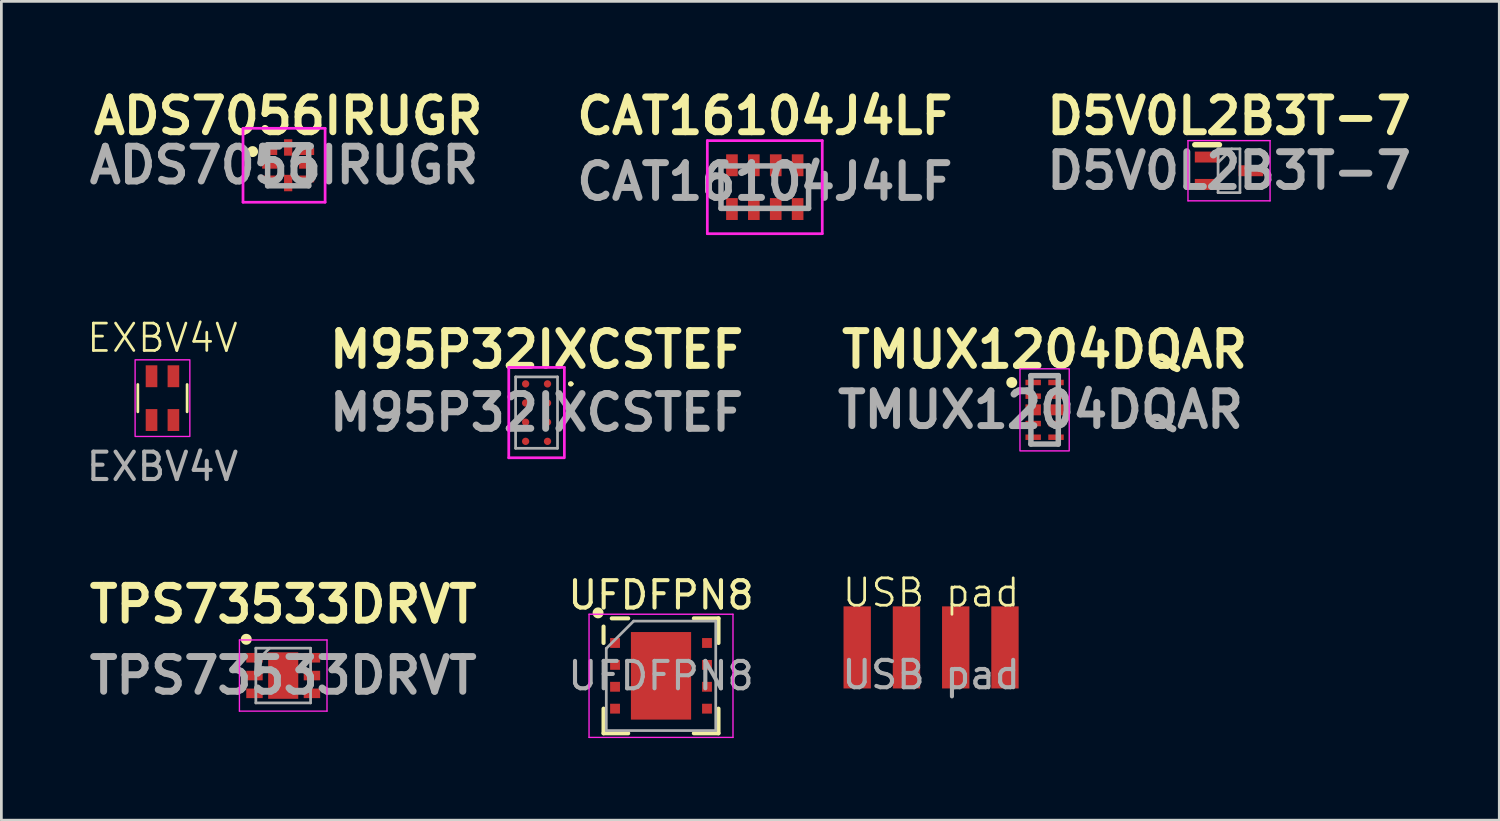
<source format=kicad_pcb>
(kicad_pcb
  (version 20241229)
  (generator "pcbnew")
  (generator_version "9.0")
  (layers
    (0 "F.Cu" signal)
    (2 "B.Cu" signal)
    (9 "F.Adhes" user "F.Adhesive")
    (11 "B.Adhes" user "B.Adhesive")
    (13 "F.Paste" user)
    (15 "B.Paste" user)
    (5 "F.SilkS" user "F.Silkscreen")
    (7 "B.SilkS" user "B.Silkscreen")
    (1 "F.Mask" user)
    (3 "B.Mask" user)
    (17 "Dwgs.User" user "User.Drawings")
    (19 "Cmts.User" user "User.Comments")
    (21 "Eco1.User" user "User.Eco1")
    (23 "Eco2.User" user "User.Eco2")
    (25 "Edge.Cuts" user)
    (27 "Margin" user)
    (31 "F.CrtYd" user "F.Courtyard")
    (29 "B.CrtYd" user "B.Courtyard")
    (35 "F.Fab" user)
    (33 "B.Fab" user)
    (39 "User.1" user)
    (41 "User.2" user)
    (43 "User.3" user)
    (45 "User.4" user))
  (footprint "M95P32IXCSTEF"
    (layer "F.Cu")
    (at 16.557 12.027)
    (property "Reference" "M95P32IXCSTEF" (at 0 -2.3 0) (layer "F.SilkS") (effects (font (size 1.27 1.27) (thickness 0.254))))
    (attr smd)
    (fp_line (start 1.2 -1.05) (end 1.2 -1.05) (stroke (width 0.1) (type solid)) (layer "F.SilkS"))
    (fp_line (start 1.3 -1.05) (end 1.3 -1.05) (stroke (width 0.1) (type solid)) (layer "F.SilkS"))
    (fp_arc (start 1.2 -1.05) (mid 1.25 -1.1) (end 1.3 -1.05) (stroke (width 0.1) (type solid)) (layer "F.SilkS"))
    (fp_arc (start 1.3 -1.05) (mid 1.25 -1) (end 1.2 -1.05) (stroke (width 0.1) (type solid)) (layer "F.SilkS"))
    (fp_line (start -1.016 -1.651) (end 1.016 -1.651) (stroke (width 0.1) (type solid)) (layer "F.CrtYd"))
    (fp_line (start -1.016 1.651) (end -1.016 -1.651) (stroke (width 0.1) (type solid)) (layer "F.CrtYd"))
    (fp_line (start 0.992 1.651) (end -1.016 1.651) (stroke (width 0.1) (type solid)) (layer "F.CrtYd"))
    (fp_line (start 1.016 -1.651) (end 1.016 1.651) (stroke (width 0.1) (type solid)) (layer "F.CrtYd"))
    (fp_line (start -0.766 -1.304) (end 0.766 -1.304) (stroke (width 0.1) (type solid)) (layer "F.Fab"))
    (fp_line (start -0.766 1.304) (end -0.766 -1.304) (stroke (width 0.1) (type solid)) (layer "F.Fab"))
    (fp_line (start 0.766 -1.304) (end 0.766 1.304) (stroke (width 0.1) (type solid)) (layer "F.Fab"))
    (fp_line (start 0.766 1.304) (end -0.766 1.304) (stroke (width 0.1) (type solid)) (layer "F.Fab"))
    (fp_text user "${REFERENCE}" (at 0 0 0) (layer "F.Fab") (effects (font (size 1.27 1.27) (thickness 0.254))))
    (pad "1" smd circle (at 0.4 -1.05 90) (size 0.268 0.268) (layers "F.Cu" "F.Mask" "F.Paste"))
    (pad "2" smd circle (at -0.4 -1.05 90) (size 0.268 0.268) (layers "F.Cu" "F.Mask" "F.Paste"))
    (pad "3" smd circle (at 0.4 -0.35 90) (size 0.268 0.268) (layers "F.Cu" "F.Mask" "F.Paste"))
    (pad "4" smd circle (at -0.4 -0.35 90) (size 0.268 0.268) (layers "F.Cu" "F.Mask" "F.Paste"))
    (pad "5" smd circle (at 0.4 0.35 90) (size 0.268 0.268) (layers "F.Cu" "F.Mask" "F.Paste"))
    (pad "6" smd circle (at -0.4 0.35 90) (size 0.268 0.268) (layers "F.Cu" "F.Mask" "F.Paste"))
    (pad "7" smd circle (at 0.4 1.05 90) (size 0.268 0.268) (layers "F.Cu" "F.Mask" "F.Paste"))
    (pad "8" smd circle (at -0.4 1.05 90) (size 0.268 0.268) (layers "F.Cu" "F.Mask" "F.Paste")))
  (footprint "TPS73533DRVT"
    (layer "F.Cu")
    (at 7.299 21.636)
    (property "Reference" "TPS73533DRVT" (at 0 -2.6 0) (layer "F.SilkS") (effects (font (size 1.27 1.27) (thickness 0.254))))
    (attr smd)
    (fp_circle (center -1.35 -1.325) (end -1.2 -1.325) (stroke (width 0.1) (type solid)) (fill yes) (layer "F.SilkS"))
    (fp_line (start -1.6 -1.3) (end 1.6 -1.3) (stroke (width 0.05) (type solid)) (layer "F.CrtYd"))
    (fp_line (start -1.6 1.3) (end -1.6 -1.3) (stroke (width 0.05) (type solid)) (layer "F.CrtYd"))
    (fp_line (start 1.6 -1.3) (end 1.6 1.3) (stroke (width 0.05) (type solid)) (layer "F.CrtYd"))
    (fp_line (start 1.6 1.3) (end -1.6 1.3) (stroke (width 0.05) (type solid)) (layer "F.CrtYd"))
    (fp_line (start -1 -1) (end 1 -1) (stroke (width 0.1) (type solid)) (layer "F.Fab"))
    (fp_line (start -1 -0.5) (end -0.5 -1) (stroke (width 0.1) (type solid)) (layer "F.Fab"))
    (fp_line (start -1 1) (end -1 -1) (stroke (width 0.1) (type solid)) (layer "F.Fab"))
    (fp_line (start 1 -1) (end 1 1) (stroke (width 0.1) (type solid)) (layer "F.Fab"))
    (fp_line (start 1 1) (end -1 1) (stroke (width 0.1) (type solid)) (layer "F.Fab"))
    (fp_text user "${REFERENCE}" (at 0 0 0) (layer "F.Fab") (effects (font (size 1.27 1.27) (thickness 0.254))))
    (pad "1" smd rect (at -1.05 -0.65 90) (size 0.35 0.6) (layers "F.Cu" "F.Mask" "F.Paste"))
    (pad "2" smd rect (at -1.05 0 90) (size 0.35 0.6) (layers "F.Cu" "F.Mask" "F.Paste"))
    (pad "3" smd rect (at -1.05 0.65 90) (size 0.35 0.6) (layers "F.Cu" "F.Mask" "F.Paste"))
    (pad "4" smd rect (at 1.05 0.65 90) (size 0.35 0.6) (layers "F.Cu" "F.Mask" "F.Paste"))
    (pad "5" smd rect (at 1.05 0 90) (size 0.35 0.6) (layers "F.Cu" "F.Mask" "F.Paste"))
    (pad "6" smd rect (at 1.05 -0.65 90) (size 0.35 0.6) (layers "F.Cu" "F.Mask" "F.Paste"))
    (pad "7" smd rect (at 0 0) (size 1.1 1.7) (layers "F.Cu" "F.Mask" "F.Paste")))
  (footprint "ADS7056IRUGR"
    (layer "F.Cu")
    (at 7.48 2.989)
    (property "Reference" "ADS7056IRUGR" (at 0 -1.8 0) (layer "F.SilkS") (effects (font (size 1.27 1.27) (thickness 0.254))))
    (attr smd)
    (fp_circle (center -1.3 -0.5) (end -1.15 -0.5) (stroke (width 0.1) (type solid)) (fill yes) (layer "F.SilkS"))
    (fp_line (start -1.65 -1.35) (end 1.35 -1.35) (stroke (width 0.1) (type solid)) (layer "F.CrtYd"))
    (fp_line (start -1.65 1.35) (end -1.65 -1.35) (stroke (width 0.1) (type solid)) (layer "F.CrtYd"))
    (fp_line (start 1.35 -1.35) (end 1.35 1.35) (stroke (width 0.1) (type solid)) (layer "F.CrtYd"))
    (fp_line (start 1.35 1.35) (end -1.65 1.35) (stroke (width 0.1) (type solid)) (layer "F.CrtYd"))
    (fp_line (start -0.75 -0.75) (end 0.75 -0.75) (stroke (width 0.2) (type solid)) (layer "F.Fab"))
    (fp_line (start -0.75 0.75) (end -0.75 -0.75) (stroke (width 0.2) (type solid)) (layer "F.Fab"))
    (fp_line (start 0.75 -0.75) (end 0.75 0.75) (stroke (width 0.2) (type solid)) (layer "F.Fab"))
    (fp_line (start 0.75 0.75) (end -0.75 0.75) (stroke (width 0.2) (type solid)) (layer "F.Fab"))
    (fp_text user "${REFERENCE}" (at -0.15 0 0) (layer "F.Fab") (effects (font (size 1.27 1.27) (thickness 0.254))))
    (pad "1" smd rect (at -0.675 -0.5 90) (size 0.25 0.55) (layers "F.Cu" "F.Mask" "F.Paste"))
    (pad "2" smd rect (at -0.675 0 90) (size 0.25 0.55) (layers "F.Cu" "F.Mask" "F.Paste"))
    (pad "3" smd rect (at -0.675 0.5 90) (size 0.25 0.55) (layers "F.Cu" "F.Mask" "F.Paste"))
    (pad "4" smd rect (at 0 0.65) (size 0.3 0.6) (layers "F.Cu" "F.Mask" "F.Paste"))
    (pad "5" smd rect (at 0.675 0.5 90) (size 0.25 0.55) (layers "F.Cu" "F.Mask" "F.Paste"))
    (pad "6" smd rect (at 0.675 0 90) (size 0.25 0.55) (layers "F.Cu" "F.Mask" "F.Paste"))
    (pad "7" smd rect (at 0.675 -0.5 90) (size 0.25 0.55) (layers "F.Cu" "F.Mask" "F.Paste"))
    (pad "8" smd rect (at 0 -0.65) (size 0.3 0.6) (layers "F.Cu" "F.Mask" "F.Paste")))
  (footprint "UFDFPN8"
    (layer "F.Cu")
    (at 21.105 21.646)
    (property "Reference" "UFDFPN8" (at 0 -2.95 0) (layer "F.SilkS") (effects (font (size 1 1) (thickness 0.15))))
    (attr smd)
    (fp_line (start -2.1 -1.2) (end -2.1 -1.8) (stroke (width 0.15) (type solid)) (layer "F.SilkS"))
    (fp_line (start -2.1 2.1) (end -2.1 1.2) (stroke (width 0.15) (type solid)) (layer "F.SilkS"))
    (fp_line (start -2.1 2.1) (end -1.2 2.1) (stroke (width 0.15) (type solid)) (layer "F.SilkS"))
    (fp_line (start -1.2 -2.1) (end -1.8 -2.1) (stroke (width 0.15) (type solid)) (layer "F.SilkS"))
    (fp_line (start 2.1 -2.1) (end 1.2 -2.1) (stroke (width 0.15) (type solid)) (layer "F.SilkS"))
    (fp_line (start 2.1 -1.2) (end 2.1 -2.1) (stroke (width 0.15) (type solid)) (layer "F.SilkS"))
    (fp_line (start 2.1 2.1) (end 1.2 2.1) (stroke (width 0.15) (type solid)) (layer "F.SilkS"))
    (fp_line (start 2.1 2.1) (end 2.1 1.2) (stroke (width 0.15) (type solid)) (layer "F.SilkS"))
    (fp_circle (center -2.3 -2.3) (end -2.15 -2.3) (stroke (width 0.1) (type solid)) (fill yes) (layer "F.SilkS"))
    (fp_line (start -2.63 -2.25) (end -2.63 2.25) (stroke (width 0.05) (type solid)) (layer "F.CrtYd"))
    (fp_line (start -2.63 2.25) (end 2.63 2.25) (stroke (width 0.05) (type solid)) (layer "F.CrtYd"))
    (fp_line (start 2.63 -2.25) (end -2.63 -2.25) (stroke (width 0.05) (type solid)) (layer "F.CrtYd"))
    (fp_line (start 2.63 2.25) (end 2.63 -2.25) (stroke (width 0.05) (type solid)) (layer "F.CrtYd"))
    (fp_line (start -2 -1) (end -1 -2) (stroke (width 0.1) (type solid)) (layer "F.Fab"))
    (fp_line (start -2 2) (end -2 -1) (stroke (width 0.1) (type solid)) (layer "F.Fab"))
    (fp_line (start -1 -2) (end 2 -2) (stroke (width 0.1) (type solid)) (layer "F.Fab"))
    (fp_line (start 2 -2) (end 2 2) (stroke (width 0.1) (type solid)) (layer "F.Fab"))
    (fp_line (start 2 2) (end -2 2) (stroke (width 0.1) (type solid)) (layer "F.Fab"))
    (fp_text user "${REFERENCE}" (at 0 0 0) (layer "F.Fab") (effects (font (size 1 1) (thickness 0.15))))
    (pad "" smd roundrect (at -0.575 -0.81) (size 0.93 1.31) (layers "F.Paste") (roundrect_rratio 0.25))
    (pad "" smd roundrect (at -0.575 0.81) (size 0.93 1.31) (layers "F.Paste") (roundrect_rratio 0.25))
    (pad "" smd roundrect (at 0.575 -0.81) (size 0.93 1.31) (layers "F.Paste") (roundrect_rratio 0.25))
    (pad "" smd roundrect (at 0.575 0.81) (size 0.93 1.31) (layers "F.Paste") (roundrect_rratio 0.25))
    (pad "1" smd rect (at -1.68 -1.2) (size 0.36 0.36) (layers "F.Cu" "F.Mask" "F.Paste"))
    (pad "2" smd rect (at -1.68 -0.4) (size 0.36 0.36) (layers "F.Cu" "F.Mask" "F.Paste"))
    (pad "3" smd rect (at -1.68 0.4) (size 0.36 0.36) (layers "F.Cu" "F.Mask" "F.Paste"))
    (pad "4" smd rect (at -1.68 1.2) (size 0.36 0.36) (layers "F.Cu" "F.Mask" "F.Paste"))
    (pad "5" smd rect (at 1.68 1.2) (size 0.36 0.36) (layers "F.Cu" "F.Mask" "F.Paste"))
    (pad "6" smd rect (at 1.68 0.4) (size 0.36 0.36) (layers "F.Cu" "F.Mask" "F.Paste"))
    (pad "7" smd rect (at 1.68 -0.4) (size 0.36 0.36) (layers "F.Cu" "F.Mask" "F.Paste"))
    (pad "8" smd rect (at 1.68 -1.2) (size 0.36 0.36) (layers "F.Cu" "F.Mask" "F.Paste"))
    (pad "9" smd rect (at 0 0) (size 2.2 3.2) (property pad_prop_heatsink) (layers "F.Cu" "F.Mask")))
  (footprint "TMUX1204DQAR"
    (layer "F.Cu")
    (at 35.122 11.927)
    (property "Reference" "TMUX1204DQAR" (at 0 -2.2 0) (layer "F.SilkS") (effects (font (size 1.27 1.27) (thickness 0.254))))
    (attr smd)
    (fp_circle (center -1.2 -1) (end -1.05 -1) (stroke (width 0.1) (type solid)) (fill yes) (layer "F.SilkS"))
    (fp_rect (start -0.9 -1.5) (end 0.9 1.5) (stroke (width 0.05) (type default)) (fill no) (layer "F.CrtYd"))
    (fp_line (start -0.5 -1.25) (end 0.5 -1.25) (stroke (width 0.2) (type solid)) (layer "F.Fab"))
    (fp_line (start -0.5 1.25) (end -0.5 -1.25) (stroke (width 0.2) (type solid)) (layer "F.Fab"))
    (fp_line (start 0.5 -1.25) (end 0.5 1.25) (stroke (width 0.2) (type solid)) (layer "F.Fab"))
    (fp_line (start 0.5 1.25) (end -0.5 1.25) (stroke (width 0.2) (type solid)) (layer "F.Fab"))
    (fp_text user "${REFERENCE}" (at -0.15 0 0) (layer "F.Fab") (effects (font (size 1.27 1.27) (thickness 0.254))))
    (pad "1" smd rect (at -0.417 -1 90) (size 0.2 0.565) (layers "F.Cu" "F.Mask" "F.Paste"))
    (pad "2" smd rect (at -0.417 -0.5 90) (size 0.2 0.565) (layers "F.Cu" "F.Mask" "F.Paste"))
    (pad "3" smd rect (at -0.417 0 90) (size 0.4 0.565) (layers "F.Cu" "F.Mask" "F.Paste"))
    (pad "4" smd rect (at -0.417 0.5 90) (size 0.2 0.565) (layers "F.Cu" "F.Mask" "F.Paste"))
    (pad "5" smd rect (at -0.417 1 90) (size 0.2 0.565) (layers "F.Cu" "F.Mask" "F.Paste"))
    (pad "6" smd rect (at 0.417 1 90) (size 0.2 0.565) (layers "F.Cu" "F.Mask" "F.Paste"))
    (pad "7" smd rect (at 0.417 0.5 90) (size 0.2 0.565) (layers "F.Cu" "F.Mask" "F.Paste"))
    (pad "8" smd rect (at 0.417 0 90) (size 0.4 0.565) (layers "F.Cu" "F.Mask" "F.Paste"))
    (pad "9" smd rect (at 0.417 -0.5 90) (size 0.2 0.565) (layers "F.Cu" "F.Mask" "F.Paste"))
    (pad "10" smd rect (at 0.417 -1 90) (size 0.2 0.565) (layers "F.Cu" "F.Mask" "F.Paste")))
  (footprint "USB pad"
    (layer "F.Cu")
    (at 30.974 19.108)
    (property "Reference" "USB pad" (at 0 -0.5 0) (unlocked yes) (layer "F.SilkS") (effects (font (size 1 1) (thickness 0.1))))
    (attr smd)
    (fp_text user "${REFERENCE}" (at 0 2.5 0) (unlocked yes) (layer "F.Fab") (effects (font (size 1 1) (thickness 0.15))))
    (pad "1" smd rect (at -2.7 1.5) (size 1 3) (layers "F.Cu" "F.Mask"))
    (pad "2" smd rect (at -0.9 1.5) (size 1 3) (layers "F.Cu" "F.Mask"))
    (pad "3" smd rect (at 0.9 1.5) (size 1 3) (layers "F.Cu" "F.Mask"))
    (pad "4" smd rect (at 2.7 1.5) (size 1 3) (layers "F.Cu" "F.Mask")))
  (footprint "EXBV4V"
    (layer "F.Cu")
    (at 2.887 11.499)
    (property "Reference" "EXBV4V" (at 0 -2.2 0) (unlocked yes) (layer "F.SilkS") (effects (font (size 1 1) (thickness 0.1))))
    (attr smd)
    (fp_line (start -0.9 -0.5) (end -0.9 0.5) (stroke (width 0.1) (type default)) (layer "F.SilkS"))
    (fp_line (start 0.9 -0.5) (end 0.9 0.5) (stroke (width 0.1) (type default)) (layer "F.SilkS"))
    (fp_rect (start -1 -1.4) (end 1 1.4) (stroke (width 0.05) (type default)) (fill no) (layer "F.CrtYd"))
    (fp_text user "${REFERENCE}" (at 0 2.5 0) (unlocked yes) (layer "F.Fab") (effects (font (size 1 1) (thickness 0.15))))
    (pad "1" smd rect (at 0.4 -0.8) (size 0.425 0.8) (layers "F.Cu" "F.Mask" "F.Paste"))
    (pad "2" smd rect (at -0.4 -0.8) (size 0.425 0.8) (layers "F.Cu" "F.Mask" "F.Paste"))
    (pad "3" smd rect (at -0.4 0.8) (size 0.425 0.8) (layers "F.Cu" "F.Mask" "F.Paste"))
    (pad "4" smd rect (at 0.4 0.8) (size 0.425 0.8) (layers "F.Cu" "F.Mask" "F.Paste")))
  (footprint "D5V0L2B3T-7"
    (layer "F.Cu")
    (at 41.861 3.189)
    (property "Reference" "D5V0L2B3T-7" (at 0 -2 0) (layer "F.SilkS") (effects (font (size 1.27 1.27) (thickness 0.254))))
    (attr smd)
    (fp_line (start -1.25 -0.95) (end -0.35 -0.95) (stroke (width 0.2) (type solid)) (layer "F.SilkS"))
    (fp_line (start -1.5 -1.1) (end 1.5 -1.1) (stroke (width 0.05) (type solid)) (layer "F.CrtYd"))
    (fp_line (start -1.5 1.1) (end -1.5 -1.1) (stroke (width 0.05) (type solid)) (layer "F.CrtYd"))
    (fp_line (start 1.5 -1.1) (end 1.5 1.1) (stroke (width 0.05) (type solid)) (layer "F.CrtYd"))
    (fp_line (start 1.5 1.1) (end -1.5 1.1) (stroke (width 0.05) (type solid)) (layer "F.CrtYd"))
    (fp_line (start -0.4 -0.8) (end 0.4 -0.8) (stroke (width 0.1) (type solid)) (layer "F.Fab"))
    (fp_line (start -0.4 -0.3) (end 0.1 -0.8) (stroke (width 0.1) (type solid)) (layer "F.Fab"))
    (fp_line (start -0.4 0.8) (end -0.4 -0.8) (stroke (width 0.1) (type solid)) (layer "F.Fab"))
    (fp_line (start 0.4 -0.8) (end 0.4 0.8) (stroke (width 0.1) (type solid)) (layer "F.Fab"))
    (fp_line (start 0.4 0.8) (end -0.4 0.8) (stroke (width 0.1) (type solid)) (layer "F.Fab"))
    (fp_text user "${REFERENCE}" (at 0 0 0) (layer "F.Fab") (effects (font (size 1.27 1.27) (thickness 0.254))))
    (pad "1" smd rect (at -0.8 -0.5 90) (size 0.4 0.9) (layers "F.Cu" "F.Mask" "F.Paste"))
    (pad "2" smd rect (at -0.8 0.5 90) (size 0.4 0.9) (layers "F.Cu" "F.Mask" "F.Paste"))
    (pad "3" smd rect (at 0.8 0 90) (size 0.4 0.9) (layers "F.Cu" "F.Mask" "F.Paste")))
  (footprint "CAT16104J4LF"
    (layer "F.Cu")
    (at 24.897 3.789)
    (property "Reference" "CAT16104J4LF" (at 0 -2.6 0) (layer "F.SilkS") (effects (font (size 1.27 1.27) (thickness 0.254))))
    (attr smd)
    (fp_line (start -1.6 -0.4) (end -1.6 0.4) (stroke (width 0.1) (type solid)) (layer "F.SilkS"))
    (fp_line (start 1.6 -0.4) (end 1.6 0.4) (stroke (width 0.1) (type solid)) (layer "F.SilkS"))
    (fp_line (start -2.1 -1.7) (end 2.1 -1.7) (stroke (width 0.1) (type solid)) (layer "F.CrtYd"))
    (fp_line (start -2.1 1.7) (end -2.1 -1.7) (stroke (width 0.1) (type solid)) (layer "F.CrtYd"))
    (fp_line (start 2.1 -1.7) (end 2.1 1.7) (stroke (width 0.1) (type solid)) (layer "F.CrtYd"))
    (fp_line (start 2.1 1.7) (end -2.1 1.7) (stroke (width 0.1) (type solid)) (layer "F.CrtYd"))
    (fp_line (start -1.6 -0.775) (end 1.6 -0.775) (stroke (width 0.2) (type solid)) (layer "F.Fab"))
    (fp_line (start -1.6 0.775) (end -1.6 -0.775) (stroke (width 0.2) (type solid)) (layer "F.Fab"))
    (fp_line (start 1.6 -0.775) (end 1.6 0.775) (stroke (width 0.2) (type solid)) (layer "F.Fab"))
    (fp_line (start 1.6 0.775) (end -1.6 0.775) (stroke (width 0.2) (type solid)) (layer "F.Fab"))
    (fp_text user "${REFERENCE}" (at 0 -0.2 0) (layer "F.Fab") (effects (font (size 1.27 1.27) (thickness 0.254))))
    (pad "1" smd rect (at -1.2 -0.8) (size 0.425 0.8) (layers "F.Cu" "F.Mask" "F.Paste"))
    (pad "2" smd rect (at -1.2 0.8) (size 0.425 0.8) (layers "F.Cu" "F.Mask" "F.Paste"))
    (pad "3" smd rect (at -0.4 -0.8) (size 0.425 0.8) (layers "F.Cu" "F.Mask" "F.Paste"))
    (pad "4" smd rect (at -0.4 0.8) (size 0.425 0.8) (layers "F.Cu" "F.Mask" "F.Paste"))
    (pad "5" smd rect (at 0.4 -0.8) (size 0.425 0.8) (layers "F.Cu" "F.Mask" "F.Paste"))
    (pad "6" smd rect (at 0.4 0.8) (size 0.425 0.8) (layers "F.Cu" "F.Mask" "F.Paste"))
    (pad "7" smd rect (at 1.2 -0.8) (size 0.425 0.8) (layers "F.Cu" "F.Mask" "F.Paste"))
    (pad "8" smd rect (at 1.2 0.8) (size 0.425 0.8) (layers "F.Cu" "F.Mask" "F.Paste")))
  (gr_rect
    (start -3 -3)
    (end 51.737 26.921)
    (stroke (width 0.1) (type default))
    (fill no)
    (layer "Edge.Cuts")))
</source>
